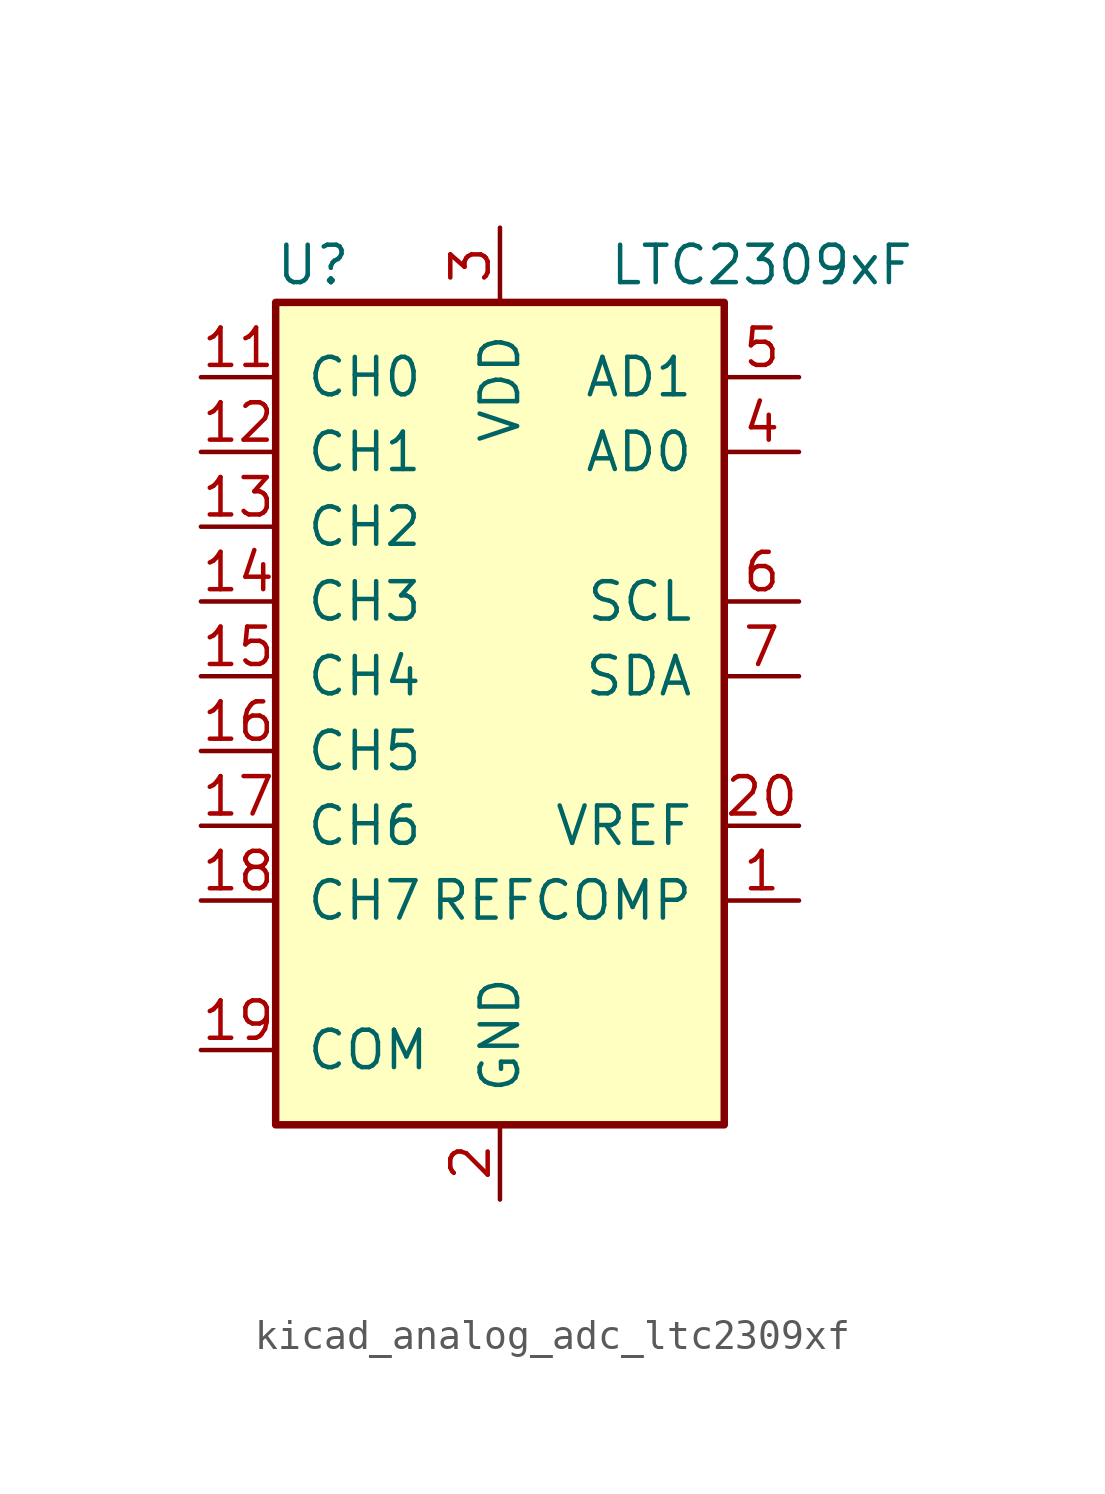
<source format=kicad_sym>
(kicad_symbol_lib
  (version 20220914)
  (generator kicad_symbol_editor)
  (symbol "kicad_analog_adc_ltc2309xf"
    (pin_names
      (offset 1.016))
    (property "Reference" "U"
      (at -6.35 13.97 0)
      (effects (font (size 1.27 1.27))))
    (property "Value" "LTC2309xF"
      (at 8.89 13.97 0)
      (effects (font (size 1.27 1.27))))
    (symbol "kicad_analog_adc_ltc2309xf_0_1"
      (rectangle (start -7.62 12.7) (end 7.62 -15.24) (stroke (width 0.254) (type default)) (fill (type background)))
      (pin input line (at -10.16 -2.54 0) (length 2.54) (name "CH5" (effects (font (size 1.27 1.27)))) (number "16" (effects (font (size 1.27 1.27))))))
    (symbol "kicad_analog_adc_ltc2309xf_1_1"
      (pin input line (at 10.16 -7.62 180) (length 2.54) (name "REFCOMP" (effects (font (size 1.27 1.27)))) (number "1" (effects (font (size 1.27 1.27)))))
      (pin passive line (at 0 15.24 270) (length 2.54) hide (name "VDD" (effects (font (size 1.27 1.27)))) (number "10" (effects (font (size 1.27 1.27)))))
      (pin input line (at -10.16 10.16 0) (length 2.54) (name "CH0" (effects (font (size 1.27 1.27)))) (number "11" (effects (font (size 1.27 1.27)))))
      (pin input line (at -10.16 7.62 0) (length 2.54) (name "CH1" (effects (font (size 1.27 1.27)))) (number "12" (effects (font (size 1.27 1.27)))))
      (pin input line (at -10.16 5.08 0) (length 2.54) (name "CH2" (effects (font (size 1.27 1.27)))) (number "13" (effects (font (size 1.27 1.27)))))
      (pin input line (at -10.16 2.54 0) (length 2.54) (name "CH3" (effects (font (size 1.27 1.27)))) (number "14" (effects (font (size 1.27 1.27)))))
      (pin input line (at -10.16 0 0) (length 2.54) (name "CH4" (effects (font (size 1.27 1.27)))) (number "15" (effects (font (size 1.27 1.27)))))
      (pin input line (at -10.16 -5.08 0) (length 2.54) (name "CH6" (effects (font (size 1.27 1.27)))) (number "17" (effects (font (size 1.27 1.27)))))
      (pin input line (at -10.16 -7.62 0) (length 2.54) (name "CH7" (effects (font (size 1.27 1.27)))) (number "18" (effects (font (size 1.27 1.27)))))
      (pin input line (at -10.16 -12.7 0) (length 2.54) (name "COM" (effects (font (size 1.27 1.27)))) (number "19" (effects (font (size 1.27 1.27)))))
      (pin power_in line (at 0 -17.78 90) (length 2.54) (name "GND" (effects (font (size 1.27 1.27)))) (number "2" (effects (font (size 1.27 1.27)))))
      (pin input line (at 10.16 -5.08 180) (length 2.54) (name "VREF" (effects (font (size 1.27 1.27)))) (number "20" (effects (font (size 1.27 1.27)))))
      (pin power_in line (at 0 15.24 270) (length 2.54) (name "VDD" (effects (font (size 1.27 1.27)))) (number "3" (effects (font (size 1.27 1.27)))))
      (pin input line (at 10.16 7.62 180) (length 2.54) (name "AD0" (effects (font (size 1.27 1.27)))) (number "4" (effects (font (size 1.27 1.27)))))
      (pin input line (at 10.16 10.16 180) (length 2.54) (name "AD1" (effects (font (size 1.27 1.27)))) (number "5" (effects (font (size 1.27 1.27)))))
      (pin input line (at 10.16 2.54 180) (length 2.54) (name "SCL" (effects (font (size 1.27 1.27)))) (number "6" (effects (font (size 1.27 1.27)))))
      (pin bidirectional line (at 10.16 0 180) (length 2.54) (name "SDA" (effects (font (size 1.27 1.27)))) (number "7" (effects (font (size 1.27 1.27)))))
      (pin passive line (at 0 -17.78 90) (length 2.54) hide (name "GND" (effects (font (size 1.27 1.27)))) (number "8" (effects (font (size 1.27 1.27)))))
      (pin passive line (at 0 -17.78 90) (length 2.54) hide (name "GND" (effects (font (size 1.27 1.27)))) (number "9" (effects (font (size 1.27 1.27))))))))
</source>
